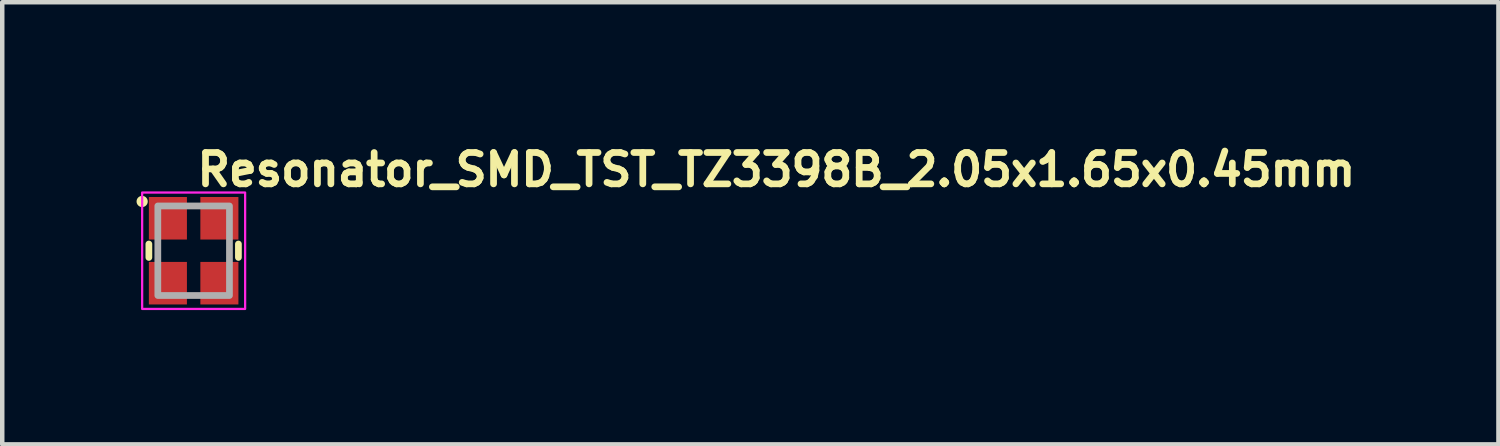
<source format=kicad_pcb>
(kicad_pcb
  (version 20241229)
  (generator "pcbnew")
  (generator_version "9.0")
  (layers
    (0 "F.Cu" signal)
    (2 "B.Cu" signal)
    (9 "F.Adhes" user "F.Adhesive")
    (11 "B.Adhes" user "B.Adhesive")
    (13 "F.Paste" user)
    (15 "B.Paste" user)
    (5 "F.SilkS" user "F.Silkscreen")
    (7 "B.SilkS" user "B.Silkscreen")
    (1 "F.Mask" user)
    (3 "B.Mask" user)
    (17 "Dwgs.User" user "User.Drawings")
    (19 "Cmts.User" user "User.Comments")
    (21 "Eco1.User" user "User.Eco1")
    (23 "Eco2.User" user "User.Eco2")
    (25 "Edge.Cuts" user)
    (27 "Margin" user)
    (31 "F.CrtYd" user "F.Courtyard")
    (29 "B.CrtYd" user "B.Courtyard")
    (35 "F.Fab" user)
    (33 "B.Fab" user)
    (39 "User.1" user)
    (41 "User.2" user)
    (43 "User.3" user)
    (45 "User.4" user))
  (footprint "Resonator_SMD_TST_TZ3398B_2.05x1.65x0.45mm"
    (layer "F.Cu")
    (at 1.275 2.55)
    (property "Reference" "Resonator_SMD_TST_TZ3398B_2.05x1.65x0.45mm" (at 0 -1.4 0) (unlocked yes) (layer "F.SilkS") (effects (font (size 0.7 0.7) (thickness 0.15)) (justify left bottom)))
    (attr smd)
    (fp_line (start -1 -0.15) (end -1 0.15) (stroke (width 0.15) (type default)) (layer "F.SilkS"))
    (fp_line (start 1 -0.15) (end 1 0.15) (stroke (width 0.15) (type default)) (layer "F.SilkS"))
    (fp_circle (center -1.15 -1.1) (end -1.1 -1.1) (stroke (width 0.15) (type solid)) (fill yes) (layer "F.SilkS"))
    (fp_rect (start -1.15 -1.3) (end 1.15 1.3) (stroke (width 0.05) (type solid)) (fill no) (layer "F.CrtYd"))
    (fp_rect (start -0.8 -1) (end 0.8 1) (stroke (width 0.15) (type solid)) (fill no) (layer "F.Fab"))
    (fp_rect (start -0.8 -1) (end 0.8 1) (stroke (width 0.1) (type solid)) (fill no) (layer "User.5"))
    (fp_line (start -0.8 -0.938) (end -0.8 -0.262) (stroke (width 0.02) (type solid)) (layer "User.9"))
    (fp_line (start -0.8 -0.262) (end -0.789 -0.261) (stroke (width 0.02) (type solid)) (layer "User.9"))
    (fp_line (start -0.8 -0.262) (end -0.789 -0.261) (stroke (width 0.02) (type solid)) (layer "User.9"))
    (fp_line (start -0.8 0.262) (end -0.8 0.938) (stroke (width 0.02) (type solid)) (layer "User.9"))
    (fp_line (start -0.8 0.938) (end -0.789 0.939) (stroke (width 0.02) (type solid)) (layer "User.9"))
    (fp_line (start -0.789 -0.939) (end -0.8 -0.938) (stroke (width 0.02) (type solid)) (layer "User.9"))
    (fp_line (start -0.789 -0.261) (end -0.777 -0.258) (stroke (width 0.02) (type solid)) (layer "User.9"))
    (fp_line (start -0.789 -0.261) (end -0.777 -0.258) (stroke (width 0.02) (type solid)) (layer "User.9"))
    (fp_line (start -0.789 0.261) (end -0.8 0.262) (stroke (width 0.02) (type solid)) (layer "User.9"))
    (fp_line (start -0.789 0.939) (end -0.777 0.942) (stroke (width 0.02) (type solid)) (layer "User.9"))
    (fp_line (start -0.777 -0.942) (end -0.789 -0.939) (stroke (width 0.02) (type solid)) (layer "User.9"))
    (fp_line (start -0.777 -0.258) (end -0.766 -0.252) (stroke (width 0.02) (type solid)) (layer "User.9"))
    (fp_line (start -0.777 -0.258) (end -0.766 -0.252) (stroke (width 0.02) (type solid)) (layer "User.9"))
    (fp_line (start -0.777 0.258) (end -0.789 0.261) (stroke (width 0.02) (type solid)) (layer "User.9"))
    (fp_line (start -0.777 0.942) (end -0.766 0.948) (stroke (width 0.02) (type solid)) (layer "User.9"))
    (fp_line (start -0.766 -0.948) (end -0.777 -0.942) (stroke (width 0.02) (type solid)) (layer "User.9"))
    (fp_line (start -0.766 -0.252) (end -0.756 -0.244) (stroke (width 0.02) (type solid)) (layer "User.9"))
    (fp_line (start -0.766 -0.252) (end -0.756 -0.244) (stroke (width 0.02) (type solid)) (layer "User.9"))
    (fp_line (start -0.766 0.252) (end -0.777 0.258) (stroke (width 0.02) (type solid)) (layer "User.9"))
    (fp_line (start -0.766 0.948) (end -0.756 0.956) (stroke (width 0.02) (type solid)) (layer "User.9"))
    (fp_line (start -0.756 -0.956) (end -0.766 -0.948) (stroke (width 0.02) (type solid)) (layer "User.9"))
    (fp_line (start -0.756 -0.244) (end -0.748 -0.234) (stroke (width 0.02) (type solid)) (layer "User.9"))
    (fp_line (start -0.756 -0.244) (end -0.748 -0.234) (stroke (width 0.02) (type solid)) (layer "User.9"))
    (fp_line (start -0.756 0.244) (end -0.766 0.252) (stroke (width 0.02) (type solid)) (layer "User.9"))
    (fp_line (start -0.756 0.956) (end -0.748 0.966) (stroke (width 0.02) (type solid)) (layer "User.9"))
    (fp_line (start -0.748 -0.966) (end -0.756 -0.956) (stroke (width 0.02) (type solid)) (layer "User.9"))
    (fp_line (start -0.748 -0.234) (end -0.742 -0.223) (stroke (width 0.02) (type solid)) (layer "User.9"))
    (fp_line (start -0.748 -0.234) (end -0.742 -0.223) (stroke (width 0.02) (type solid)) (layer "User.9"))
    (fp_line (start -0.748 0.234) (end -0.756 0.244) (stroke (width 0.02) (type solid)) (layer "User.9"))
    (fp_line (start -0.748 0.966) (end -0.742 0.977) (stroke (width 0.02) (type solid)) (layer "User.9"))
    (fp_line (start -0.742 -0.977) (end -0.748 -0.966) (stroke (width 0.02) (type solid)) (layer "User.9"))
    (fp_line (start -0.742 -0.223) (end -0.739 -0.211) (stroke (width 0.02) (type solid)) (layer "User.9"))
    (fp_line (start -0.742 -0.223) (end -0.739 -0.211) (stroke (width 0.02) (type solid)) (layer "User.9"))
    (fp_line (start -0.742 0.223) (end -0.748 0.234) (stroke (width 0.02) (type solid)) (layer "User.9"))
    (fp_line (start -0.742 0.977) (end -0.739 0.989) (stroke (width 0.02) (type solid)) (layer "User.9"))
    (fp_line (start -0.739 -0.989) (end -0.742 -0.977) (stroke (width 0.02) (type solid)) (layer "User.9"))
    (fp_line (start -0.739 -0.211) (end -0.738 -0.2) (stroke (width 0.02) (type solid)) (layer "User.9"))
    (fp_line (start -0.739 -0.211) (end -0.738 -0.2) (stroke (width 0.02) (type solid)) (layer "User.9"))
    (fp_line (start -0.739 0.211) (end -0.742 0.223) (stroke (width 0.02) (type solid)) (layer "User.9"))
    (fp_line (start -0.739 0.989) (end -0.738 1) (stroke (width 0.02) (type solid)) (layer "User.9"))
    (fp_line (start -0.738 -1) (end -0.739 -0.989) (stroke (width 0.02) (type solid)) (layer "User.9"))
    (fp_line (start -0.738 -0.2) (end -0.738 0.2) (stroke (width 0.02) (type solid)) (layer "User.9"))
    (fp_line (start -0.738 0.2) (end -0.739 0.211) (stroke (width 0.02) (type solid)) (layer "User.9"))
    (fp_line (start -0.738 1) (end 0.738 1) (stroke (width 0.02) (type solid)) (layer "User.9"))
    (fp_line (start -0.7 -0.825) (end -0.7 0.825) (stroke (width 0.02) (type solid)) (layer "User.9"))
    (fp_line (start -0.7 -0.825) (end -0.698 -0.843) (stroke (width 0.02) (type solid)) (layer "User.9"))
    (fp_line (start -0.7 -0.825) (end -0.698 -0.843) (stroke (width 0.02) (type solid)) (layer "User.9"))
    (fp_line (start -0.7 0.825) (end -0.698 0.843) (stroke (width 0.02) (type solid)) (layer "User.9"))
    (fp_line (start -0.7 0.825) (end -0.698 0.843) (stroke (width 0.02) (type solid)) (layer "User.9"))
    (fp_line (start -0.698 -0.843) (end -0.693 -0.862) (stroke (width 0.02) (type solid)) (layer "User.9"))
    (fp_line (start -0.698 -0.843) (end -0.693 -0.862) (stroke (width 0.02) (type solid)) (layer "User.9"))
    (fp_line (start -0.698 0.843) (end -0.693 0.862) (stroke (width 0.02) (type solid)) (layer "User.9"))
    (fp_line (start -0.698 0.843) (end -0.693 0.862) (stroke (width 0.02) (type solid)) (layer "User.9"))
    (fp_line (start -0.693 -0.862) (end -0.684 -0.88) (stroke (width 0.02) (type solid)) (layer "User.9"))
    (fp_line (start -0.693 -0.862) (end -0.684 -0.88) (stroke (width 0.02) (type solid)) (layer "User.9"))
    (fp_line (start -0.693 0.862) (end -0.684 0.88) (stroke (width 0.02) (type solid)) (layer "User.9"))
    (fp_line (start -0.693 0.862) (end -0.684 0.88) (stroke (width 0.02) (type solid)) (layer "User.9"))
    (fp_line (start -0.684 -0.88) (end -0.671 -0.896) (stroke (width 0.02) (type solid)) (layer "User.9"))
    (fp_line (start -0.684 -0.88) (end -0.671 -0.896) (stroke (width 0.02) (type solid)) (layer "User.9"))
    (fp_line (start -0.684 0.88) (end -0.671 0.896) (stroke (width 0.02) (type solid)) (layer "User.9"))
    (fp_line (start -0.684 0.88) (end -0.671 0.896) (stroke (width 0.02) (type solid)) (layer "User.9"))
    (fp_line (start -0.671 -0.896) (end -0.655 -0.909) (stroke (width 0.02) (type solid)) (layer "User.9"))
    (fp_line (start -0.671 -0.896) (end -0.655 -0.909) (stroke (width 0.02) (type solid)) (layer "User.9"))
    (fp_line (start -0.671 0.896) (end -0.655 0.909) (stroke (width 0.02) (type solid)) (layer "User.9"))
    (fp_line (start -0.671 0.896) (end -0.655 0.909) (stroke (width 0.02) (type solid)) (layer "User.9"))
    (fp_line (start -0.655 -0.909) (end -0.637 -0.918) (stroke (width 0.02) (type solid)) (layer "User.9"))
    (fp_line (start -0.655 -0.909) (end -0.637 -0.918) (stroke (width 0.02) (type solid)) (layer "User.9"))
    (fp_line (start -0.655 0.909) (end -0.637 0.918) (stroke (width 0.02) (type solid)) (layer "User.9"))
    (fp_line (start -0.655 0.909) (end -0.637 0.918) (stroke (width 0.02) (type solid)) (layer "User.9"))
    (fp_line (start -0.637 -0.918) (end -0.618 -0.923) (stroke (width 0.02) (type solid)) (layer "User.9"))
    (fp_line (start -0.637 -0.918) (end -0.618 -0.923) (stroke (width 0.02) (type solid)) (layer "User.9"))
    (fp_line (start -0.637 0.918) (end -0.618 0.923) (stroke (width 0.02) (type solid)) (layer "User.9"))
    (fp_line (start -0.637 0.918) (end -0.618 0.923) (stroke (width 0.02) (type solid)) (layer "User.9"))
    (fp_line (start -0.618 -0.923) (end -0.6 -0.925) (stroke (width 0.02) (type solid)) (layer "User.9"))
    (fp_line (start -0.618 -0.923) (end -0.6 -0.925) (stroke (width 0.02) (type solid)) (layer "User.9"))
    (fp_line (start -0.618 0.923) (end -0.6 0.925) (stroke (width 0.02) (type solid)) (layer "User.9"))
    (fp_line (start -0.618 0.923) (end -0.6 0.925) (stroke (width 0.02) (type solid)) (layer "User.9"))
    (fp_line (start -0.6 -0.925) (end 0.6 -0.925) (stroke (width 0.02) (type solid)) (layer "User.9"))
    (fp_line (start -0.6 0.925) (end 0.6 0.925) (stroke (width 0.02) (type solid)) (layer "User.9"))
    (fp_line (start -0.525 -0.65) (end -0.523 -0.627) (stroke (width 0.02) (type solid)) (layer "User.9"))
    (fp_line (start -0.525 -0.65) (end -0.523 -0.627) (stroke (width 0.02) (type solid)) (layer "User.9"))
    (fp_line (start -0.523 -0.673) (end -0.525 -0.65) (stroke (width 0.02) (type solid)) (layer "User.9"))
    (fp_line (start -0.523 -0.673) (end -0.525 -0.65) (stroke (width 0.02) (type solid)) (layer "User.9"))
    (fp_line (start -0.523 -0.627) (end -0.516 -0.604) (stroke (width 0.02) (type solid)) (layer "User.9"))
    (fp_line (start -0.523 -0.627) (end -0.516 -0.604) (stroke (width 0.02) (type solid)) (layer "User.9"))
    (fp_line (start -0.516 -0.696) (end -0.523 -0.673) (stroke (width 0.02) (type solid)) (layer "User.9"))
    (fp_line (start -0.516 -0.696) (end -0.523 -0.673) (stroke (width 0.02) (type solid)) (layer "User.9"))
    (fp_line (start -0.516 -0.604) (end -0.505 -0.582) (stroke (width 0.02) (type solid)) (layer "User.9"))
    (fp_line (start -0.516 -0.604) (end -0.505 -0.582) (stroke (width 0.02) (type solid)) (layer "User.9"))
    (fp_line (start -0.505 -0.718) (end -0.516 -0.696) (stroke (width 0.02) (type solid)) (layer "User.9"))
    (fp_line (start -0.505 -0.718) (end -0.516 -0.696) (stroke (width 0.02) (type solid)) (layer "User.9"))
    (fp_line (start -0.505 -0.582) (end -0.488 -0.562) (stroke (width 0.02) (type solid)) (layer "User.9"))
    (fp_line (start -0.505 -0.582) (end -0.488 -0.562) (stroke (width 0.02) (type solid)) (layer "User.9"))
    (fp_line (start -0.488 -0.738) (end -0.505 -0.718) (stroke (width 0.02) (type solid)) (layer "User.9"))
    (fp_line (start -0.488 -0.738) (end -0.505 -0.718) (stroke (width 0.02) (type solid)) (layer "User.9"))
    (fp_line (start -0.488 -0.562) (end -0.468 -0.545) (stroke (width 0.02) (type solid)) (layer "User.9"))
    (fp_line (start -0.488 -0.562) (end -0.468 -0.545) (stroke (width 0.02) (type solid)) (layer "User.9"))
    (fp_line (start -0.468 -0.755) (end -0.488 -0.738) (stroke (width 0.02) (type solid)) (layer "User.9"))
    (fp_line (start -0.468 -0.755) (end -0.488 -0.738) (stroke (width 0.02) (type solid)) (layer "User.9"))
    (fp_line (start -0.468 -0.545) (end -0.446 -0.534) (stroke (width 0.02) (type solid)) (layer "User.9"))
    (fp_line (start -0.468 -0.545) (end -0.446 -0.534) (stroke (width 0.02) (type solid)) (layer "User.9"))
    (fp_line (start -0.446 -0.766) (end -0.468 -0.755) (stroke (width 0.02) (type solid)) (layer "User.9"))
    (fp_line (start -0.446 -0.766) (end -0.468 -0.755) (stroke (width 0.02) (type solid)) (layer "User.9"))
    (fp_line (start -0.446 -0.534) (end -0.423 -0.527) (stroke (width 0.02) (type solid)) (layer "User.9"))
    (fp_line (start -0.446 -0.534) (end -0.423 -0.527) (stroke (width 0.02) (type solid)) (layer "User.9"))
    (fp_line (start -0.423 -0.773) (end -0.446 -0.766) (stroke (width 0.02) (type solid)) (layer "User.9"))
    (fp_line (start -0.423 -0.773) (end -0.446 -0.766) (stroke (width 0.02) (type solid)) (layer "User.9"))
    (fp_line (start -0.423 -0.527) (end -0.4 -0.525) (stroke (width 0.02) (type solid)) (layer "User.9"))
    (fp_line (start -0.423 -0.527) (end -0.4 -0.525) (stroke (width 0.02) (type solid)) (layer "User.9"))
    (fp_line (start -0.4 -0.775) (end -0.423 -0.773) (stroke (width 0.02) (type solid)) (layer "User.9"))
    (fp_line (start -0.4 -0.775) (end -0.423 -0.773) (stroke (width 0.02) (type solid)) (layer "User.9"))
    (fp_line (start -0.4 -0.525) (end -0.377 -0.527) (stroke (width 0.02) (type solid)) (layer "User.9"))
    (fp_line (start -0.4 -0.525) (end -0.377 -0.527) (stroke (width 0.02) (type solid)) (layer "User.9"))
    (fp_line (start -0.377 -0.773) (end -0.4 -0.775) (stroke (width 0.02) (type solid)) (layer "User.9"))
    (fp_line (start -0.377 -0.773) (end -0.4 -0.775) (stroke (width 0.02) (type solid)) (layer "User.9"))
    (fp_line (start -0.377 -0.527) (end -0.354 -0.534) (stroke (width 0.02) (type solid)) (layer "User.9"))
    (fp_line (start -0.377 -0.527) (end -0.354 -0.534) (stroke (width 0.02) (type solid)) (layer "User.9"))
    (fp_line (start -0.354 -0.766) (end -0.377 -0.773) (stroke (width 0.02) (type solid)) (layer "User.9"))
    (fp_line (start -0.354 -0.766) (end -0.377 -0.773) (stroke (width 0.02) (type solid)) (layer "User.9"))
    (fp_line (start -0.354 -0.534) (end -0.332 -0.545) (stroke (width 0.02) (type solid)) (layer "User.9"))
    (fp_line (start -0.354 -0.534) (end -0.332 -0.545) (stroke (width 0.02) (type solid)) (layer "User.9"))
    (fp_line (start -0.332 -0.755) (end -0.354 -0.766) (stroke (width 0.02) (type solid)) (layer "User.9"))
    (fp_line (start -0.332 -0.755) (end -0.354 -0.766) (stroke (width 0.02) (type solid)) (layer "User.9"))
    (fp_line (start -0.332 -0.545) (end -0.312 -0.562) (stroke (width 0.02) (type solid)) (layer "User.9"))
    (fp_line (start -0.332 -0.545) (end -0.312 -0.562) (stroke (width 0.02) (type solid)) (layer "User.9"))
    (fp_line (start -0.312 -0.738) (end -0.332 -0.755) (stroke (width 0.02) (type solid)) (layer "User.9"))
    (fp_line (start -0.312 -0.738) (end -0.332 -0.755) (stroke (width 0.02) (type solid)) (layer "User.9"))
    (fp_line (start -0.312 -0.562) (end -0.295 -0.582) (stroke (width 0.02) (type solid)) (layer "User.9"))
    (fp_line (start -0.312 -0.562) (end -0.295 -0.582) (stroke (width 0.02) (type solid)) (layer "User.9"))
    (fp_line (start -0.295 -0.718) (end -0.312 -0.738) (stroke (width 0.02) (type solid)) (layer "User.9"))
    (fp_line (start -0.295 -0.718) (end -0.312 -0.738) (stroke (width 0.02) (type solid)) (layer "User.9"))
    (fp_line (start -0.295 -0.582) (end -0.284 -0.604) (stroke (width 0.02) (type solid)) (layer "User.9"))
    (fp_line (start -0.295 -0.582) (end -0.284 -0.604) (stroke (width 0.02) (type solid)) (layer "User.9"))
    (fp_line (start -0.284 -0.696) (end -0.295 -0.718) (stroke (width 0.02) (type solid)) (layer "User.9"))
    (fp_line (start -0.284 -0.696) (end -0.295 -0.718) (stroke (width 0.02) (type solid)) (layer "User.9"))
    (fp_line (start -0.284 -0.604) (end -0.277 -0.627) (stroke (width 0.02) (type solid)) (layer "User.9"))
    (fp_line (start -0.284 -0.604) (end -0.277 -0.627) (stroke (width 0.02) (type solid)) (layer "User.9"))
    (fp_line (start -0.277 -0.673) (end -0.284 -0.696) (stroke (width 0.02) (type solid)) (layer "User.9"))
    (fp_line (start -0.277 -0.673) (end -0.284 -0.696) (stroke (width 0.02) (type solid)) (layer "User.9"))
    (fp_line (start -0.277 -0.627) (end -0.275 -0.65) (stroke (width 0.02) (type solid)) (layer "User.9"))
    (fp_line (start -0.277 -0.627) (end -0.275 -0.65) (stroke (width 0.02) (type solid)) (layer "User.9"))
    (fp_line (start -0.275 -0.65) (end -0.277 -0.673) (stroke (width 0.02) (type solid)) (layer "User.9"))
    (fp_line (start -0.275 -0.65) (end -0.277 -0.673) (stroke (width 0.02) (type solid)) (layer "User.9"))
    (fp_line (start 0.6 -0.925) (end 0.618 -0.923) (stroke (width 0.02) (type solid)) (layer "User.9"))
    (fp_line (start 0.6 -0.925) (end 0.618 -0.923) (stroke (width 0.02) (type solid)) (layer "User.9"))
    (fp_line (start 0.618 -0.923) (end 0.637 -0.918) (stroke (width 0.02) (type solid)) (layer "User.9"))
    (fp_line (start 0.618 -0.923) (end 0.637 -0.918) (stroke (width 0.02) (type solid)) (layer "User.9"))
    (fp_line (start 0.618 0.923) (end 0.6 0.925) (stroke (width 0.02) (type solid)) (layer "User.9"))
    (fp_line (start 0.618 0.923) (end 0.6 0.925) (stroke (width 0.02) (type solid)) (layer "User.9"))
    (fp_line (start 0.637 -0.918) (end 0.655 -0.909) (stroke (width 0.02) (type solid)) (layer "User.9"))
    (fp_line (start 0.637 -0.918) (end 0.655 -0.909) (stroke (width 0.02) (type solid)) (layer "User.9"))
    (fp_line (start 0.637 0.918) (end 0.618 0.923) (stroke (width 0.02) (type solid)) (layer "User.9"))
    (fp_line (start 0.637 0.918) (end 0.618 0.923) (stroke (width 0.02) (type solid)) (layer "User.9"))
    (fp_line (start 0.655 -0.909) (end 0.671 -0.896) (stroke (width 0.02) (type solid)) (layer "User.9"))
    (fp_line (start 0.655 -0.909) (end 0.671 -0.896) (stroke (width 0.02) (type solid)) (layer "User.9"))
    (fp_line (start 0.655 0.909) (end 0.637 0.918) (stroke (width 0.02) (type solid)) (layer "User.9"))
    (fp_line (start 0.655 0.909) (end 0.637 0.918) (stroke (width 0.02) (type solid)) (layer "User.9"))
    (fp_line (start 0.671 -0.896) (end 0.684 -0.88) (stroke (width 0.02) (type solid)) (layer "User.9"))
    (fp_line (start 0.671 -0.896) (end 0.684 -0.88) (stroke (width 0.02) (type solid)) (layer "User.9"))
    (fp_line (start 0.671 0.896) (end 0.655 0.909) (stroke (width 0.02) (type solid)) (layer "User.9"))
    (fp_line (start 0.671 0.896) (end 0.655 0.909) (stroke (width 0.02) (type solid)) (layer "User.9"))
    (fp_line (start 0.684 -0.88) (end 0.693 -0.862) (stroke (width 0.02) (type solid)) (layer "User.9"))
    (fp_line (start 0.684 -0.88) (end 0.693 -0.862) (stroke (width 0.02) (type solid)) (layer "User.9"))
    (fp_line (start 0.684 0.88) (end 0.671 0.896) (stroke (width 0.02) (type solid)) (layer "User.9"))
    (fp_line (start 0.684 0.88) (end 0.671 0.896) (stroke (width 0.02) (type solid)) (layer "User.9"))
    (fp_line (start 0.693 -0.862) (end 0.698 -0.843) (stroke (width 0.02) (type solid)) (layer "User.9"))
    (fp_line (start 0.693 -0.862) (end 0.698 -0.843) (stroke (width 0.02) (type solid)) (layer "User.9"))
    (fp_line (start 0.693 0.862) (end 0.684 0.88) (stroke (width 0.02) (type solid)) (layer "User.9"))
    (fp_line (start 0.693 0.862) (end 0.684 0.88) (stroke (width 0.02) (type solid)) (layer "User.9"))
    (fp_line (start 0.698 -0.843) (end 0.7 -0.825) (stroke (width 0.02) (type solid)) (layer "User.9"))
    (fp_line (start 0.698 -0.843) (end 0.7 -0.825) (stroke (width 0.02) (type solid)) (layer "User.9"))
    (fp_line (start 0.698 0.843) (end 0.693 0.862) (stroke (width 0.02) (type solid)) (layer "User.9"))
    (fp_line (start 0.698 0.843) (end 0.693 0.862) (stroke (width 0.02) (type solid)) (layer "User.9"))
    (fp_line (start 0.7 -0.825) (end 0.7 0.825) (stroke (width 0.02) (type solid)) (layer "User.9"))
    (fp_line (start 0.7 0.825) (end 0.698 0.843) (stroke (width 0.02) (type solid)) (layer "User.9"))
    (fp_line (start 0.7 0.825) (end 0.698 0.843) (stroke (width 0.02) (type solid)) (layer "User.9"))
    (fp_line (start 0.738 -1) (end -0.738 -1) (stroke (width 0.02) (type solid)) (layer "User.9"))
    (fp_line (start 0.738 -0.2) (end 0.739 -0.211) (stroke (width 0.02) (type solid)) (layer "User.9"))
    (fp_line (start 0.738 0.2) (end 0.738 -0.2) (stroke (width 0.02) (type solid)) (layer "User.9"))
    (fp_line (start 0.738 1) (end 0.739 0.989) (stroke (width 0.02) (type solid)) (layer "User.9"))
    (fp_line (start 0.739 -0.989) (end 0.738 -1) (stroke (width 0.02) (type solid)) (layer "User.9"))
    (fp_line (start 0.739 -0.211) (end 0.742 -0.223) (stroke (width 0.02) (type solid)) (layer "User.9"))
    (fp_line (start 0.739 0.211) (end 0.738 0.2) (stroke (width 0.02) (type solid)) (layer "User.9"))
    (fp_line (start 0.739 0.211) (end 0.738 0.2) (stroke (width 0.02) (type solid)) (layer "User.9"))
    (fp_line (start 0.739 0.989) (end 0.742 0.977) (stroke (width 0.02) (type solid)) (layer "User.9"))
    (fp_line (start 0.742 -0.977) (end 0.739 -0.989) (stroke (width 0.02) (type solid)) (layer "User.9"))
    (fp_line (start 0.742 -0.223) (end 0.748 -0.234) (stroke (width 0.02) (type solid)) (layer "User.9"))
    (fp_line (start 0.742 0.223) (end 0.739 0.211) (stroke (width 0.02) (type solid)) (layer "User.9"))
    (fp_line (start 0.742 0.223) (end 0.739 0.211) (stroke (width 0.02) (type solid)) (layer "User.9"))
    (fp_line (start 0.742 0.977) (end 0.748 0.966) (stroke (width 0.02) (type solid)) (layer "User.9"))
    (fp_line (start 0.748 -0.966) (end 0.742 -0.977) (stroke (width 0.02) (type solid)) (layer "User.9"))
    (fp_line (start 0.748 -0.234) (end 0.756 -0.244) (stroke (width 0.02) (type solid)) (layer "User.9"))
    (fp_line (start 0.748 0.234) (end 0.742 0.223) (stroke (width 0.02) (type solid)) (layer "User.9"))
    (fp_line (start 0.748 0.234) (end 0.742 0.223) (stroke (width 0.02) (type solid)) (layer "User.9"))
    (fp_line (start 0.748 0.966) (end 0.756 0.956) (stroke (width 0.02) (type solid)) (layer "User.9"))
    (fp_line (start 0.756 -0.956) (end 0.748 -0.966) (stroke (width 0.02) (type solid)) (layer "User.9"))
    (fp_line (start 0.756 -0.244) (end 0.766 -0.252) (stroke (width 0.02) (type solid)) (layer "User.9"))
    (fp_line (start 0.756 0.244) (end 0.748 0.234) (stroke (width 0.02) (type solid)) (layer "User.9"))
    (fp_line (start 0.756 0.244) (end 0.748 0.234) (stroke (width 0.02) (type solid)) (layer "User.9"))
    (fp_line (start 0.756 0.956) (end 0.766 0.948) (stroke (width 0.02) (type solid)) (layer "User.9"))
    (fp_line (start 0.766 -0.948) (end 0.756 -0.956) (stroke (width 0.02) (type solid)) (layer "User.9"))
    (fp_line (start 0.766 -0.252) (end 0.777 -0.258) (stroke (width 0.02) (type solid)) (layer "User.9"))
    (fp_line (start 0.766 0.252) (end 0.756 0.244) (stroke (width 0.02) (type solid)) (layer "User.9"))
    (fp_line (start 0.766 0.252) (end 0.756 0.244) (stroke (width 0.02) (type solid)) (layer "User.9"))
    (fp_line (start 0.766 0.948) (end 0.777 0.942) (stroke (width 0.02) (type solid)) (layer "User.9"))
    (fp_line (start 0.777 -0.942) (end 0.766 -0.948) (stroke (width 0.02) (type solid)) (layer "User.9"))
    (fp_line (start 0.777 -0.258) (end 0.789 -0.261) (stroke (width 0.02) (type solid)) (layer "User.9"))
    (fp_line (start 0.777 0.258) (end 0.766 0.252) (stroke (width 0.02) (type solid)) (layer "User.9"))
    (fp_line (start 0.777 0.258) (end 0.766 0.252) (stroke (width 0.02) (type solid)) (layer "User.9"))
    (fp_line (start 0.777 0.942) (end 0.789 0.939) (stroke (width 0.02) (type solid)) (layer "User.9"))
    (fp_line (start 0.789 -0.939) (end 0.777 -0.942) (stroke (width 0.02) (type solid)) (layer "User.9"))
    (fp_line (start 0.789 -0.261) (end 0.8 -0.262) (stroke (width 0.02) (type solid)) (layer "User.9"))
    (fp_line (start 0.789 0.261) (end 0.777 0.258) (stroke (width 0.02) (type solid)) (layer "User.9"))
    (fp_line (start 0.789 0.261) (end 0.777 0.258) (stroke (width 0.02) (type solid)) (layer "User.9"))
    (fp_line (start 0.789 0.939) (end 0.8 0.938) (stroke (width 0.02) (type solid)) (layer "User.9"))
    (fp_line (start 0.8 -0.938) (end 0.789 -0.939) (stroke (width 0.02) (type solid)) (layer "User.9"))
    (fp_line (start 0.8 -0.262) (end 0.8 -0.938) (stroke (width 0.02) (type solid)) (layer "User.9"))
    (fp_line (start 0.8 0.262) (end 0.789 0.261) (stroke (width 0.02) (type solid)) (layer "User.9"))
    (fp_line (start 0.8 0.262) (end 0.789 0.261) (stroke (width 0.02) (type solid)) (layer "User.9"))
    (fp_line (start 0.8 0.938) (end 0.8 0.262) (stroke (width 0.02) (type solid)) (layer "User.9"))
    (pad "1" smd rect (at -0.575 -0.725 270) (size 0.95 0.85) (layers "F.Cu" "F.Mask" "F.Paste"))
    (pad "2" smd rect (at -0.575 0.725 270) (size 0.95 0.85) (layers "F.Cu" "F.Mask" "F.Paste"))
    (pad "3" smd rect (at 0.575 0.725 270) (size 0.95 0.85) (layers "F.Cu" "F.Mask" "F.Paste"))
    (pad "4" smd rect (at 0.575 -0.725 270) (size 0.95 0.85) (layers "F.Cu" "F.Mask" "F.Paste")))
  (gr_rect
    (start -3 -3)
    (end 30.418 6.875)
    (stroke (width 0.1) (type default))
    (fill no)
    (layer "Edge.Cuts")))
</source>
